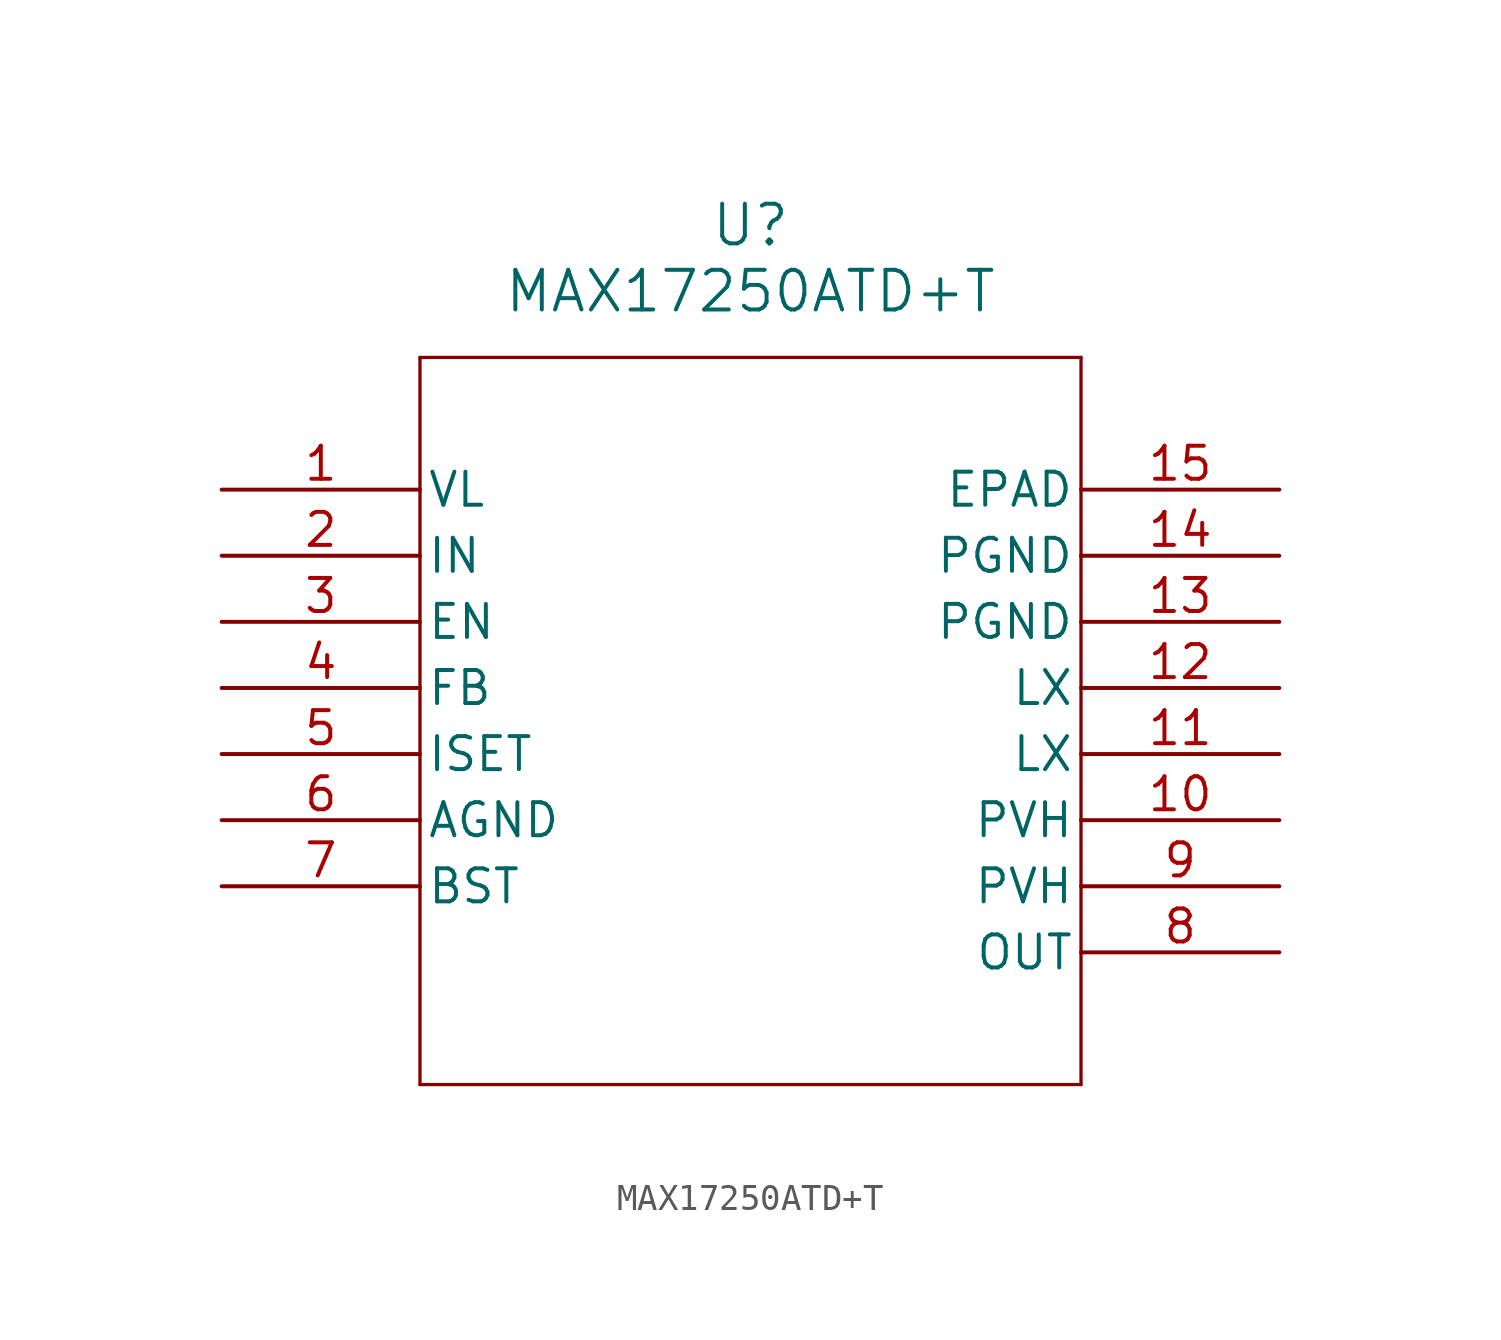
<source format=kicad_sym>
(kicad_symbol_lib
  (version 20211014)
  (generator kicad_symbol_editor)
  (symbol "MAX17250ATD+T"
    (pin_names
      (offset 0.254))
    (property "Reference" "U"
      (at 20.32 10.16 0)
      (effects (font (size 1.524 1.524))))
    (property "Value" "MAX17250ATD+T"
      (at 20.32 7.62 0)
      (effects (font (size 1.524 1.524))))
    (symbol "MAX17250ATD+T_0_1"
      (polyline (pts (xy 7.62 5.08) (xy 7.62 -22.86)) (stroke (width 0.127) (type default) (color 0 0 0 0)) (fill (type none)))
      (polyline (pts (xy 7.62 -22.86) (xy 33.02 -22.86)) (stroke (width 0.127) (type default) (color 0 0 0 0)) (fill (type none)))
      (polyline (pts (xy 33.02 -22.86) (xy 33.02 5.08)) (stroke (width 0.127) (type default) (color 0 0 0 0)) (fill (type none)))
      (polyline (pts (xy 33.02 5.08) (xy 7.62 5.08)) (stroke (width 0.127) (type default) (color 0 0 0 0)) (fill (type none)))
      (pin unspecified line (at 0 0 0) (length 7.62) (name "VL" (effects (font (size 1.27 1.27)))) (number "1" (effects (font (size 1.27 1.27)))))
      (pin input line (at 0 -2.54 0) (length 7.62) (name "IN" (effects (font (size 1.27 1.27)))) (number "2" (effects (font (size 1.27 1.27)))))
      (pin input line (at 0 -5.08 0) (length 7.62) (name "EN" (effects (font (size 1.27 1.27)))) (number "3" (effects (font (size 1.27 1.27)))))
      (pin unspecified line (at 0 -7.62 0) (length 7.62) (name "FB" (effects (font (size 1.27 1.27)))) (number "4" (effects (font (size 1.27 1.27)))))
      (pin unspecified line (at 0 -10.16 0) (length 7.62) (name "ISET" (effects (font (size 1.27 1.27)))) (number "5" (effects (font (size 1.27 1.27)))))
      (pin power_in line (at 0 -12.7 0) (length 7.62) (name "AGND" (effects (font (size 1.27 1.27)))) (number "6" (effects (font (size 1.27 1.27)))))
      (pin unspecified line (at 0 -15.24 0) (length 7.62) (name "BST" (effects (font (size 1.27 1.27)))) (number "7" (effects (font (size 1.27 1.27)))))
      (pin output line (at 40.64 -17.78 180) (length 7.62) (name "OUT" (effects (font (size 1.27 1.27)))) (number "8" (effects (font (size 1.27 1.27)))))
      (pin unspecified line (at 40.64 -15.24 180) (length 7.62) (name "PVH" (effects (font (size 1.27 1.27)))) (number "9" (effects (font (size 1.27 1.27)))))
      (pin unspecified line (at 40.64 -12.7 180) (length 7.62) (name "PVH" (effects (font (size 1.27 1.27)))) (number "10" (effects (font (size 1.27 1.27)))))
      (pin unspecified line (at 40.64 -10.16 180) (length 7.62) (name "LX" (effects (font (size 1.27 1.27)))) (number "11" (effects (font (size 1.27 1.27)))))
      (pin unspecified line (at 40.64 -7.62 180) (length 7.62) (name "LX" (effects (font (size 1.27 1.27)))) (number "12" (effects (font (size 1.27 1.27)))))
      (pin power_in line (at 40.64 -5.08 180) (length 7.62) (name "PGND" (effects (font (size 1.27 1.27)))) (number "13" (effects (font (size 1.27 1.27)))))
      (pin power_in line (at 40.64 -2.54 180) (length 7.62) (name "PGND" (effects (font (size 1.27 1.27)))) (number "14" (effects (font (size 1.27 1.27)))))
      (pin power_in line (at 40.64 0 180) (length 7.62) (name "EPAD" (effects (font (size 1.27 1.27)))) (number "15" (effects (font (size 1.27 1.27))))))))
</source>
